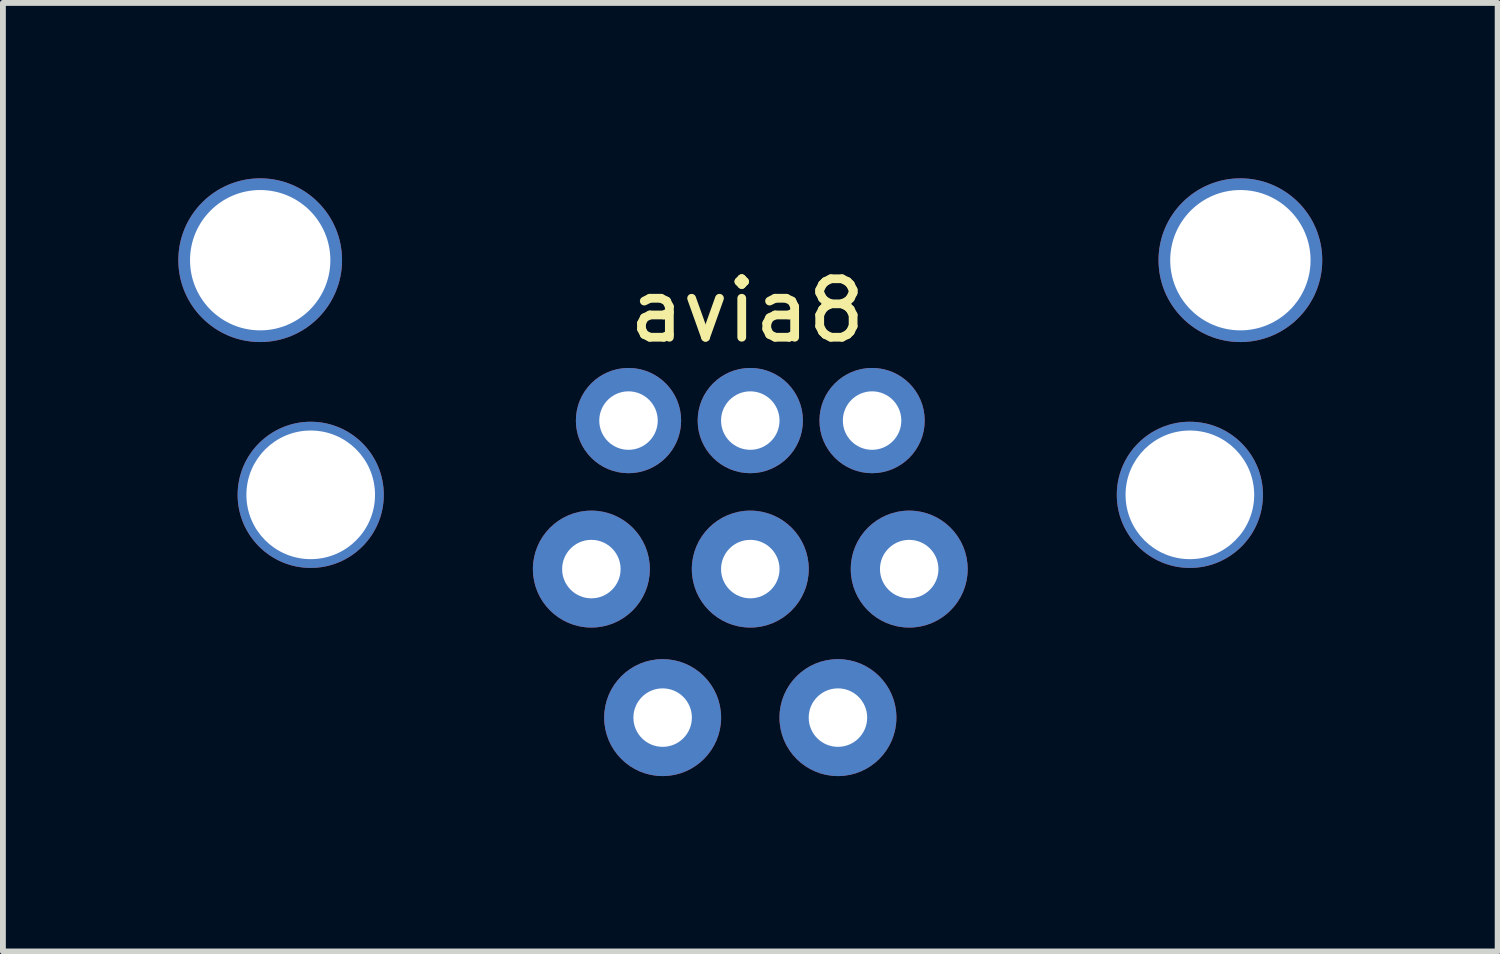
<source format=kicad_pcb>
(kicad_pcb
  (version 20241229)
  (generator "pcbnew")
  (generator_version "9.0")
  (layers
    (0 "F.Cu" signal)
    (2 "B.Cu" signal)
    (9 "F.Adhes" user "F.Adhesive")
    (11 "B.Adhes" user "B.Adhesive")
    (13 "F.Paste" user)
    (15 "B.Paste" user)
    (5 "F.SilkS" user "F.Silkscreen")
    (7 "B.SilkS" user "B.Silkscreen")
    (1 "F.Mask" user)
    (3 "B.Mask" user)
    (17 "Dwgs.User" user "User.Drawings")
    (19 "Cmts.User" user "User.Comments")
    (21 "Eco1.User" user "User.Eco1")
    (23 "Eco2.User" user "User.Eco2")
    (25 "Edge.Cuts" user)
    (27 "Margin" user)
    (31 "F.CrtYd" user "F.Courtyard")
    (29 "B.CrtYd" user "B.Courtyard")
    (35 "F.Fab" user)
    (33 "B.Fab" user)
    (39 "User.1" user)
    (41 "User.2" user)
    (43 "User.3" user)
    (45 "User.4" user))
  (footprint "avia8"
    (layer "F.Cu")
    (at 9.782 6.683)
    (property "Reference" "avia8" (at -0.051 -4.42 0) (unlocked yes) (layer "F.SilkS") (effects (font (size 1 1) (thickness 0.15))))
    (attr through_hole)
    (pad "" np_thru_hole circle (at -8.382 -5.283) (size 2.8 2.8) (drill 2.4) (layers "*.Cu" "*.Mask"))
    (pad "" np_thru_hole circle (at -7.518 -1.27) (size 2.5 2.5) (drill 2.2) (layers "*.Cu" "*.Mask"))
    (pad "" np_thru_hole circle (at 7.518 -1.27) (size 2.5 2.5) (drill 2.2) (layers "*.Cu" "*.Mask"))
    (pad "" np_thru_hole circle (at 8.382 -5.283) (size 2.8 2.8) (drill 2.4) (layers "*.Cu" "*.Mask"))
    (pad "1" thru_hole circle (at -2.083 -2.54) (size 1.8 1.8) (drill 1) (layers "*.Cu" "*.Mask"))
    (pad "2" thru_hole circle (at 0 -2.54) (size 1.8 1.8) (drill 1) (layers "*.Cu" "*.Mask"))
    (pad "3" thru_hole circle (at 2.083 -2.54) (size 1.8 1.8) (drill 1) (layers "*.Cu" "*.Mask"))
    (pad "4" thru_hole circle (at -2.718 0) (size 2 2) (drill 1) (layers "*.Cu" "*.Mask"))
    (pad "5" thru_hole circle (at 0 0) (size 2 2) (drill 1) (layers "*.Cu" "*.Mask"))
    (pad "6" thru_hole circle (at 2.718 0) (size 2 2) (drill 1) (layers "*.Cu" "*.Mask"))
    (pad "7" thru_hole circle (at -1.499 2.54) (size 2 2) (drill 1) (layers "*.Cu" "*.Mask"))
    (pad "8" thru_hole circle (at 1.499 2.54) (size 2 2) (drill 1) (layers "*.Cu" "*.Mask")))
  (gr_rect
    (start -3 -3)
    (end 22.564 13.223)
    (stroke (width 0.1) (type default))
    (fill no)
    (layer "Edge.Cuts")))
</source>
